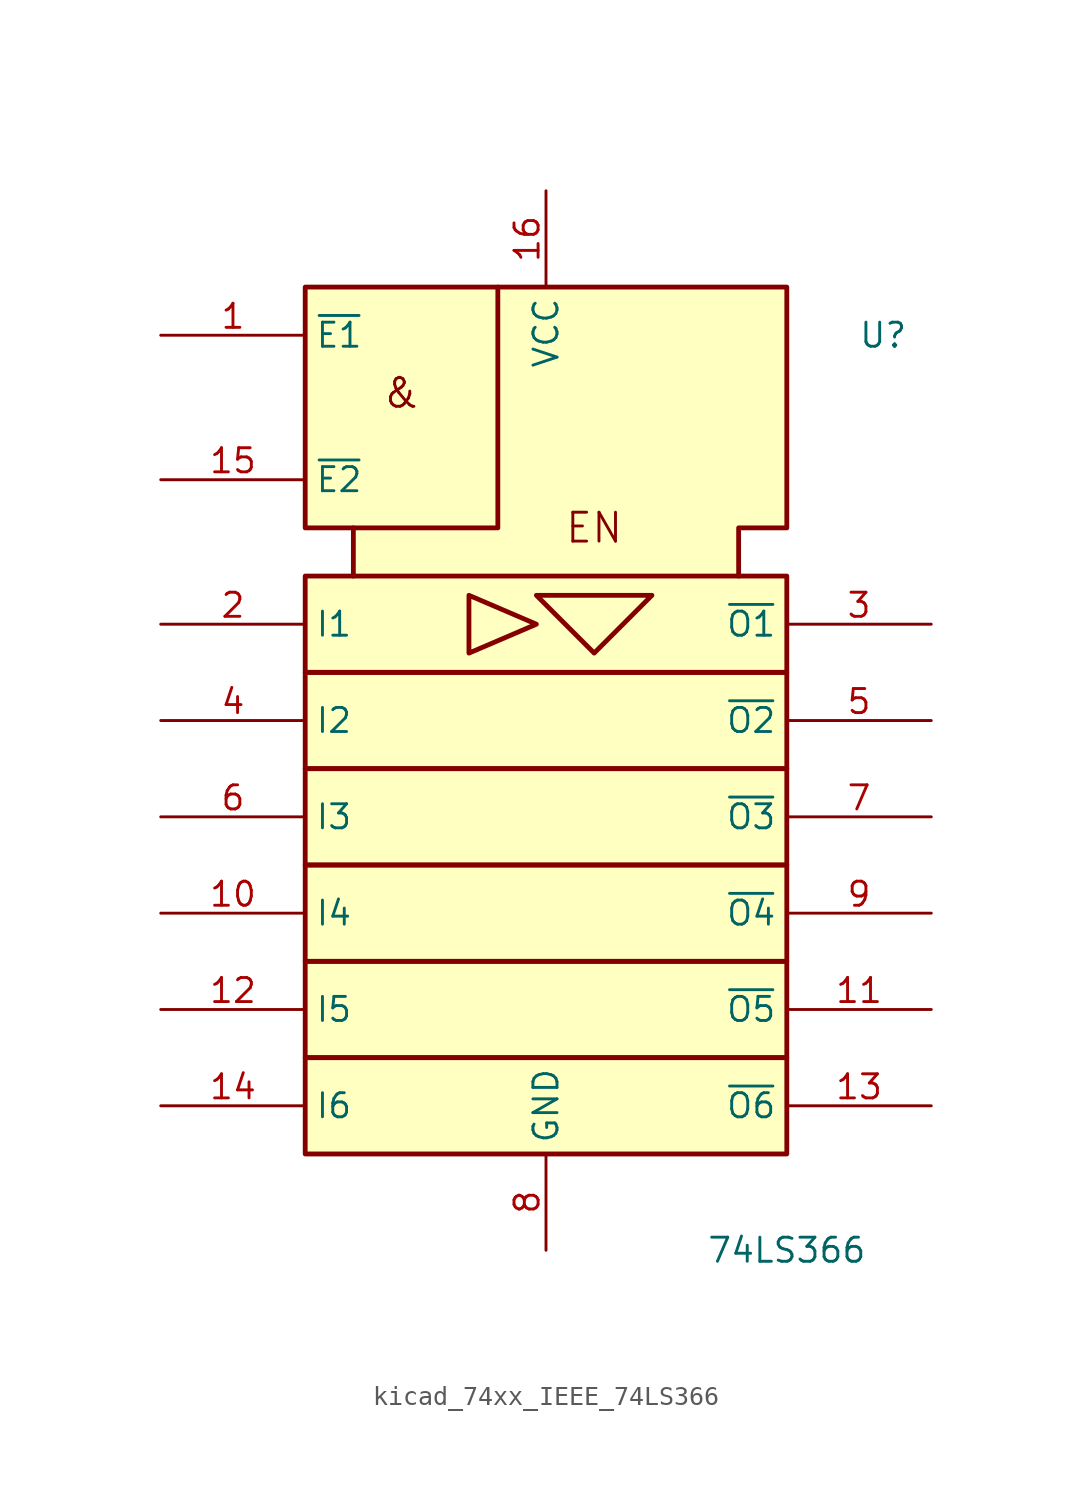
<source format=kicad_sym>
(kicad_symbol_lib
  (version 20220914)
  (generator kicad_symbol_editor)
  (symbol "kicad_74xx_IEEE_74LS366"
    (property "Reference" "U"
      (at 17.78 25.4 0)
      (effects (font (size 1.27 1.27))))
    (property "Value" "74LS366"
      (at 12.7 -22.86 0)
      (effects (font (size 1.27 1.27))))
    (symbol "kicad_74xx_IEEE_74LS366_0_0"
      (polyline (pts (xy -4.064 11.684) (xy -4.064 8.636) (xy -0.508 10.16) (xy -4.064 11.684) (xy -4.064 11.684)) (stroke (width 0.254) (type default)) (fill (type background)))
      (polyline (pts (xy -0.508 11.684) (xy 2.54 8.636) (xy 5.588 11.684) (xy -0.508 11.684) (xy -0.508 11.684)) (stroke (width 0.254) (type default)) (fill (type background)))
      (text "&" (at -7.62 22.352 0) (effects (font (size 1.524 1.524))))
      (text "EN" (at 2.54 15.24 0) (effects (font (size 1.524 1.524))))
      (pin power_in line (at 0 -22.86 90) (length 5.08) (name "GND" (effects (font (size 1.27 1.27)))) (number "8" (effects (font (size 1.27 1.27))))))
    (symbol "kicad_74xx_IEEE_74LS366_0_1"
      (rectangle (start -12.7 -12.7) (end 12.7 -17.78) (stroke (width 0.254) (type default)) (fill (type background)))
      (rectangle (start -12.7 -7.62) (end 12.7 -12.7) (stroke (width 0.254) (type default)) (fill (type background)))
      (rectangle (start -12.7 -2.54) (end 12.7 -7.62) (stroke (width 0.254) (type default)) (fill (type background)))
      (rectangle (start -12.7 2.54) (end 12.7 -2.54) (stroke (width 0.254) (type default)) (fill (type background)))
      (rectangle (start -12.7 7.62) (end 12.7 2.54) (stroke (width 0.254) (type default)) (fill (type background)))
      (rectangle (start -12.7 12.7) (end 12.7 7.62) (stroke (width 0.254) (type default)) (fill (type background)))
      (polyline (pts (xy -2.54 27.94) (xy -2.54 15.24) (xy -10.16 15.24) (xy -10.16 15.24)) (stroke (width 0.254) (type default)) (fill (type background)))
      (polyline (pts (xy -10.16 12.7) (xy -10.16 15.24) (xy -12.7 15.24) (xy -12.7 27.94) (xy 12.7 27.94) (xy 12.7 15.24) (xy 10.16 15.24) (xy 10.16 12.7) (xy 10.16 12.7)) (stroke (width 0.254) (type default)) (fill (type background)))
      (pin power_in line (at 0 33.02 270) (length 5.08) (name "VCC" (effects (font (size 1.27 1.27)))) (number "16" (effects (font (size 1.27 1.27))))))
    (symbol "kicad_74xx_IEEE_74LS366_1_1"
      (pin input line (at -20.32 25.4 0) (length 7.62) (name "~{E1}" (effects (font (size 1.27 1.27)))) (number "1" (effects (font (size 1.27 1.27)))))
      (pin input line (at -20.32 -5.08 0) (length 7.62) (name "I4" (effects (font (size 1.27 1.27)))) (number "10" (effects (font (size 1.27 1.27)))))
      (pin tri_state line (at 20.32 -10.16 180) (length 7.62) (name "~{O5}" (effects (font (size 1.27 1.27)))) (number "11" (effects (font (size 1.27 1.27)))))
      (pin input line (at -20.32 -10.16 0) (length 7.62) (name "I5" (effects (font (size 1.27 1.27)))) (number "12" (effects (font (size 1.27 1.27)))))
      (pin tri_state line (at 20.32 -15.24 180) (length 7.62) (name "~{O6}" (effects (font (size 1.27 1.27)))) (number "13" (effects (font (size 1.27 1.27)))))
      (pin input line (at -20.32 -15.24 0) (length 7.62) (name "I6" (effects (font (size 1.27 1.27)))) (number "14" (effects (font (size 1.27 1.27)))))
      (pin input line (at -20.32 17.78 0) (length 7.62) (name "~{E2}" (effects (font (size 1.27 1.27)))) (number "15" (effects (font (size 1.27 1.27)))))
      (pin input line (at -20.32 10.16 0) (length 7.62) (name "I1" (effects (font (size 1.27 1.27)))) (number "2" (effects (font (size 1.27 1.27)))))
      (pin tri_state line (at 20.32 10.16 180) (length 7.62) (name "~{O1}" (effects (font (size 1.27 1.27)))) (number "3" (effects (font (size 1.27 1.27)))))
      (pin input line (at -20.32 5.08 0) (length 7.62) (name "I2" (effects (font (size 1.27 1.27)))) (number "4" (effects (font (size 1.27 1.27)))))
      (pin tri_state line (at 20.32 5.08 180) (length 7.62) (name "~{O2}" (effects (font (size 1.27 1.27)))) (number "5" (effects (font (size 1.27 1.27)))))
      (pin input line (at -20.32 0 0) (length 7.62) (name "I3" (effects (font (size 1.27 1.27)))) (number "6" (effects (font (size 1.27 1.27)))))
      (pin tri_state line (at 20.32 0 180) (length 7.62) (name "~{O3}" (effects (font (size 1.27 1.27)))) (number "7" (effects (font (size 1.27 1.27)))))
      (pin tri_state line (at 20.32 -5.08 180) (length 7.62) (name "~{O4}" (effects (font (size 1.27 1.27)))) (number "9" (effects (font (size 1.27 1.27))))))))
</source>
